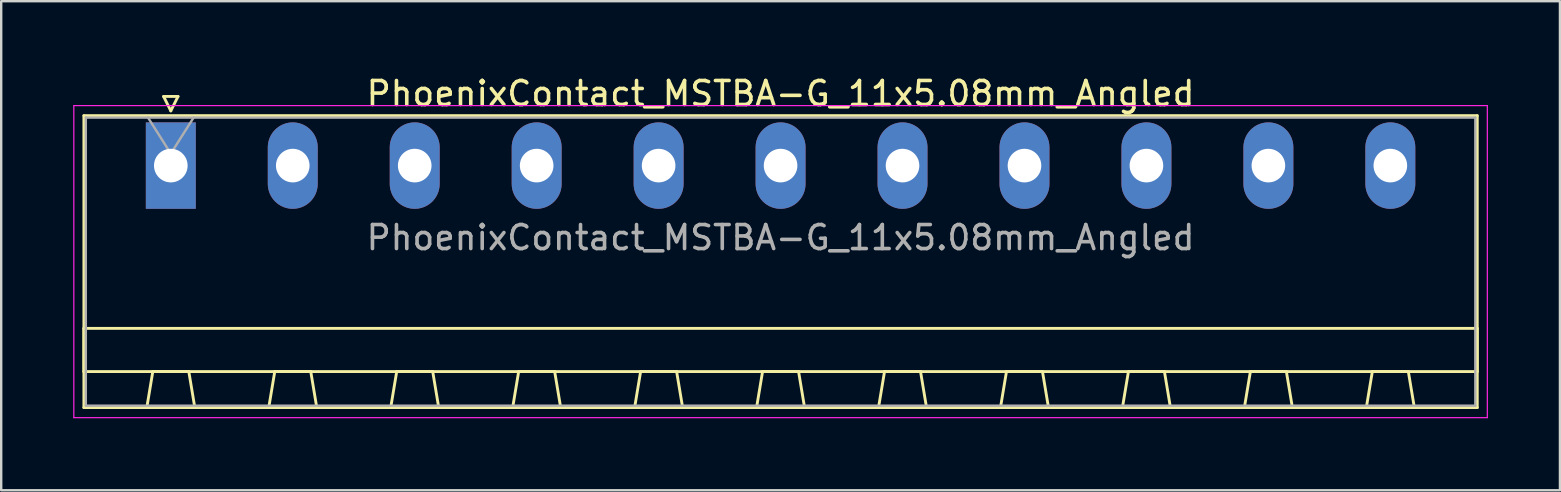
<source format=kicad_pcb>
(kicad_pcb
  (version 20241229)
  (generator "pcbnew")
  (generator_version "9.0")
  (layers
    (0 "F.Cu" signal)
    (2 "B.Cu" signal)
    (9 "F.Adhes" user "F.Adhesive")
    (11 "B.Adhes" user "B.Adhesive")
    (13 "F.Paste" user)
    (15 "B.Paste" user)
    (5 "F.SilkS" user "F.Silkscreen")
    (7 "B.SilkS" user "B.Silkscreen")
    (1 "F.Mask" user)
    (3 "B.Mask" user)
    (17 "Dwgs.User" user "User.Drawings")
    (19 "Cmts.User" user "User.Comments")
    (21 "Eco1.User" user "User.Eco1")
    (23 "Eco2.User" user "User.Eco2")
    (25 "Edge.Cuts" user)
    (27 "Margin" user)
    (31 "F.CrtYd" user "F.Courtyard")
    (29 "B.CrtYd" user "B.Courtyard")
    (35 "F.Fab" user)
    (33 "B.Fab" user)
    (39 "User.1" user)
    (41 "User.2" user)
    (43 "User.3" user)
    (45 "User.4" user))
  (footprint "PhoenixContact_MSTBA-G_11x5.08mm_Angled"
    (layer "F.Cu")
    (at 4.065 3.848)
    (property "Reference" "PhoenixContact_MSTBA-G_11x5.08mm_Angled" (at 25.4 -3 0) (layer "F.SilkS") (effects (font (size 1 1) (thickness 0.15))))
    (attr through_hole)
    (fp_line (start -3.62 -2.08) (end -3.62 10.08) (stroke (width 0.12) (type solid)) (layer "F.SilkS"))
    (fp_line (start -3.62 6.78) (end 54.42 6.78) (stroke (width 0.12) (type solid)) (layer "F.SilkS"))
    (fp_line (start -3.62 8.58) (end -3.62 6.78) (stroke (width 0.12) (type solid)) (layer "F.SilkS"))
    (fp_line (start -3.62 10.08) (end 54.42 10.08) (stroke (width 0.12) (type solid)) (layer "F.SilkS"))
    (fp_line (start -1 10.08) (end 1 10.08) (stroke (width 0.12) (type solid)) (layer "F.SilkS"))
    (fp_line (start -0.75 8.58) (end -1 10.08) (stroke (width 0.12) (type solid)) (layer "F.SilkS"))
    (fp_line (start -0.3 -2.88) (end 0.3 -2.88) (stroke (width 0.12) (type solid)) (layer "F.SilkS"))
    (fp_line (start 0 -2.28) (end -0.3 -2.88) (stroke (width 0.12) (type solid)) (layer "F.SilkS"))
    (fp_line (start 0.3 -2.88) (end 0 -2.28) (stroke (width 0.12) (type solid)) (layer "F.SilkS"))
    (fp_line (start 0.75 8.58) (end -0.75 8.58) (stroke (width 0.12) (type solid)) (layer "F.SilkS"))
    (fp_line (start 1 10.08) (end 0.75 8.58) (stroke (width 0.12) (type solid)) (layer "F.SilkS"))
    (fp_line (start 4.08 10.08) (end 6.08 10.08) (stroke (width 0.12) (type solid)) (layer "F.SilkS"))
    (fp_line (start 4.33 8.58) (end 4.08 10.08) (stroke (width 0.12) (type solid)) (layer "F.SilkS"))
    (fp_line (start 5.83 8.58) (end 4.33 8.58) (stroke (width 0.12) (type solid)) (layer "F.SilkS"))
    (fp_line (start 6.08 10.08) (end 5.83 8.58) (stroke (width 0.12) (type solid)) (layer "F.SilkS"))
    (fp_line (start 9.16 10.08) (end 11.16 10.08) (stroke (width 0.12) (type solid)) (layer "F.SilkS"))
    (fp_line (start 9.41 8.58) (end 9.16 10.08) (stroke (width 0.12) (type solid)) (layer "F.SilkS"))
    (fp_line (start 10.91 8.58) (end 9.41 8.58) (stroke (width 0.12) (type solid)) (layer "F.SilkS"))
    (fp_line (start 11.16 10.08) (end 10.91 8.58) (stroke (width 0.12) (type solid)) (layer "F.SilkS"))
    (fp_line (start 14.24 10.08) (end 16.24 10.08) (stroke (width 0.12) (type solid)) (layer "F.SilkS"))
    (fp_line (start 14.49 8.58) (end 14.24 10.08) (stroke (width 0.12) (type solid)) (layer "F.SilkS"))
    (fp_line (start 15.99 8.58) (end 14.49 8.58) (stroke (width 0.12) (type solid)) (layer "F.SilkS"))
    (fp_line (start 16.24 10.08) (end 15.99 8.58) (stroke (width 0.12) (type solid)) (layer "F.SilkS"))
    (fp_line (start 19.32 10.08) (end 21.32 10.08) (stroke (width 0.12) (type solid)) (layer "F.SilkS"))
    (fp_line (start 19.57 8.58) (end 19.32 10.08) (stroke (width 0.12) (type solid)) (layer "F.SilkS"))
    (fp_line (start 21.07 8.58) (end 19.57 8.58) (stroke (width 0.12) (type solid)) (layer "F.SilkS"))
    (fp_line (start 21.32 10.08) (end 21.07 8.58) (stroke (width 0.12) (type solid)) (layer "F.SilkS"))
    (fp_line (start 24.4 10.08) (end 26.4 10.08) (stroke (width 0.12) (type solid)) (layer "F.SilkS"))
    (fp_line (start 24.65 8.58) (end 24.4 10.08) (stroke (width 0.12) (type solid)) (layer "F.SilkS"))
    (fp_line (start 26.15 8.58) (end 24.65 8.58) (stroke (width 0.12) (type solid)) (layer "F.SilkS"))
    (fp_line (start 26.4 10.08) (end 26.15 8.58) (stroke (width 0.12) (type solid)) (layer "F.SilkS"))
    (fp_line (start 29.48 10.08) (end 31.48 10.08) (stroke (width 0.12) (type solid)) (layer "F.SilkS"))
    (fp_line (start 29.73 8.58) (end 29.48 10.08) (stroke (width 0.12) (type solid)) (layer "F.SilkS"))
    (fp_line (start 31.23 8.58) (end 29.73 8.58) (stroke (width 0.12) (type solid)) (layer "F.SilkS"))
    (fp_line (start 31.48 10.08) (end 31.23 8.58) (stroke (width 0.12) (type solid)) (layer "F.SilkS"))
    (fp_line (start 34.56 10.08) (end 36.56 10.08) (stroke (width 0.12) (type solid)) (layer "F.SilkS"))
    (fp_line (start 34.81 8.58) (end 34.56 10.08) (stroke (width 0.12) (type solid)) (layer "F.SilkS"))
    (fp_line (start 36.31 8.58) (end 34.81 8.58) (stroke (width 0.12) (type solid)) (layer "F.SilkS"))
    (fp_line (start 36.56 10.08) (end 36.31 8.58) (stroke (width 0.12) (type solid)) (layer "F.SilkS"))
    (fp_line (start 39.64 10.08) (end 41.64 10.08) (stroke (width 0.12) (type solid)) (layer "F.SilkS"))
    (fp_line (start 39.89 8.58) (end 39.64 10.08) (stroke (width 0.12) (type solid)) (layer "F.SilkS"))
    (fp_line (start 41.39 8.58) (end 39.89 8.58) (stroke (width 0.12) (type solid)) (layer "F.SilkS"))
    (fp_line (start 41.64 10.08) (end 41.39 8.58) (stroke (width 0.12) (type solid)) (layer "F.SilkS"))
    (fp_line (start 44.72 10.08) (end 46.72 10.08) (stroke (width 0.12) (type solid)) (layer "F.SilkS"))
    (fp_line (start 44.97 8.58) (end 44.72 10.08) (stroke (width 0.12) (type solid)) (layer "F.SilkS"))
    (fp_line (start 46.47 8.58) (end 44.97 8.58) (stroke (width 0.12) (type solid)) (layer "F.SilkS"))
    (fp_line (start 46.72 10.08) (end 46.47 8.58) (stroke (width 0.12) (type solid)) (layer "F.SilkS"))
    (fp_line (start 49.8 10.08) (end 51.8 10.08) (stroke (width 0.12) (type solid)) (layer "F.SilkS"))
    (fp_line (start 50.05 8.58) (end 49.8 10.08) (stroke (width 0.12) (type solid)) (layer "F.SilkS"))
    (fp_line (start 51.55 8.58) (end 50.05 8.58) (stroke (width 0.12) (type solid)) (layer "F.SilkS"))
    (fp_line (start 51.8 10.08) (end 51.55 8.58) (stroke (width 0.12) (type solid)) (layer "F.SilkS"))
    (fp_line (start 54.42 -2.08) (end -3.62 -2.08) (stroke (width 0.12) (type solid)) (layer "F.SilkS"))
    (fp_line (start 54.42 6.78) (end 54.42 8.58) (stroke (width 0.12) (type solid)) (layer "F.SilkS"))
    (fp_line (start 54.42 8.58) (end -3.62 8.58) (stroke (width 0.12) (type solid)) (layer "F.SilkS"))
    (fp_line (start 54.42 10.08) (end 54.42 -2.08) (stroke (width 0.12) (type solid)) (layer "F.SilkS"))
    (fp_line (start -4.04 -2.5) (end -4.04 10.5) (stroke (width 0.05) (type solid)) (layer "F.CrtYd"))
    (fp_line (start -4.04 10.5) (end 54.84 10.5) (stroke (width 0.05) (type solid)) (layer "F.CrtYd"))
    (fp_line (start 54.84 -2.5) (end -4.04 -2.5) (stroke (width 0.05) (type solid)) (layer "F.CrtYd"))
    (fp_line (start 54.84 10.5) (end 54.84 -2.5) (stroke (width 0.05) (type solid)) (layer "F.CrtYd"))
    (fp_line (start -3.54 -2) (end -3.54 10) (stroke (width 0.1) (type solid)) (layer "F.Fab"))
    (fp_line (start -3.54 10) (end 54.34 10) (stroke (width 0.1) (type solid)) (layer "F.Fab"))
    (fp_line (start 0 -0.5) (end -0.95 -2) (stroke (width 0.1) (type solid)) (layer "F.Fab"))
    (fp_line (start 0.95 -2) (end 0 -0.5) (stroke (width 0.1) (type solid)) (layer "F.Fab"))
    (fp_line (start 54.34 -2) (end -3.54 -2) (stroke (width 0.1) (type solid)) (layer "F.Fab"))
    (fp_line (start 54.34 10) (end 54.34 -2) (stroke (width 0.1) (type solid)) (layer "F.Fab"))
    (fp_text user "${REFERENCE}" (at 25.4 3 0) (layer "F.Fab") (effects (font (size 1 1) (thickness 0.15))))
    (pad "1" thru_hole rect (at 0 0) (size 2.08 3.6) (drill 1.4) (layers "*.Cu" "*.Mask"))
    (pad "2" thru_hole oval (at 5.08 0) (size 2.08 3.6) (drill 1.4) (layers "*.Cu" "*.Mask"))
    (pad "3" thru_hole oval (at 10.16 0) (size 2.08 3.6) (drill 1.4) (layers "*.Cu" "*.Mask"))
    (pad "4" thru_hole oval (at 15.24 0) (size 2.08 3.6) (drill 1.4) (layers "*.Cu" "*.Mask"))
    (pad "5" thru_hole oval (at 20.32 0) (size 2.08 3.6) (drill 1.4) (layers "*.Cu" "*.Mask"))
    (pad "6" thru_hole oval (at 25.4 0) (size 2.08 3.6) (drill 1.4) (layers "*.Cu" "*.Mask"))
    (pad "7" thru_hole oval (at 30.48 0) (size 2.08 3.6) (drill 1.4) (layers "*.Cu" "*.Mask"))
    (pad "8" thru_hole oval (at 35.56 0) (size 2.08 3.6) (drill 1.4) (layers "*.Cu" "*.Mask"))
    (pad "9" thru_hole oval (at 40.64 0) (size 2.08 3.6) (drill 1.4) (layers "*.Cu" "*.Mask"))
    (pad "10" thru_hole oval (at 45.72 0) (size 2.08 3.6) (drill 1.4) (layers "*.Cu" "*.Mask"))
    (pad "11" thru_hole oval (at 50.8 0) (size 2.08 3.6) (drill 1.4) (layers "*.Cu" "*.Mask")))
  (gr_rect
    (start -3 -3)
    (end 61.93 17.373)
    (stroke (width 0.1) (type default))
    (fill no)
    (layer "Edge.Cuts")))
</source>
